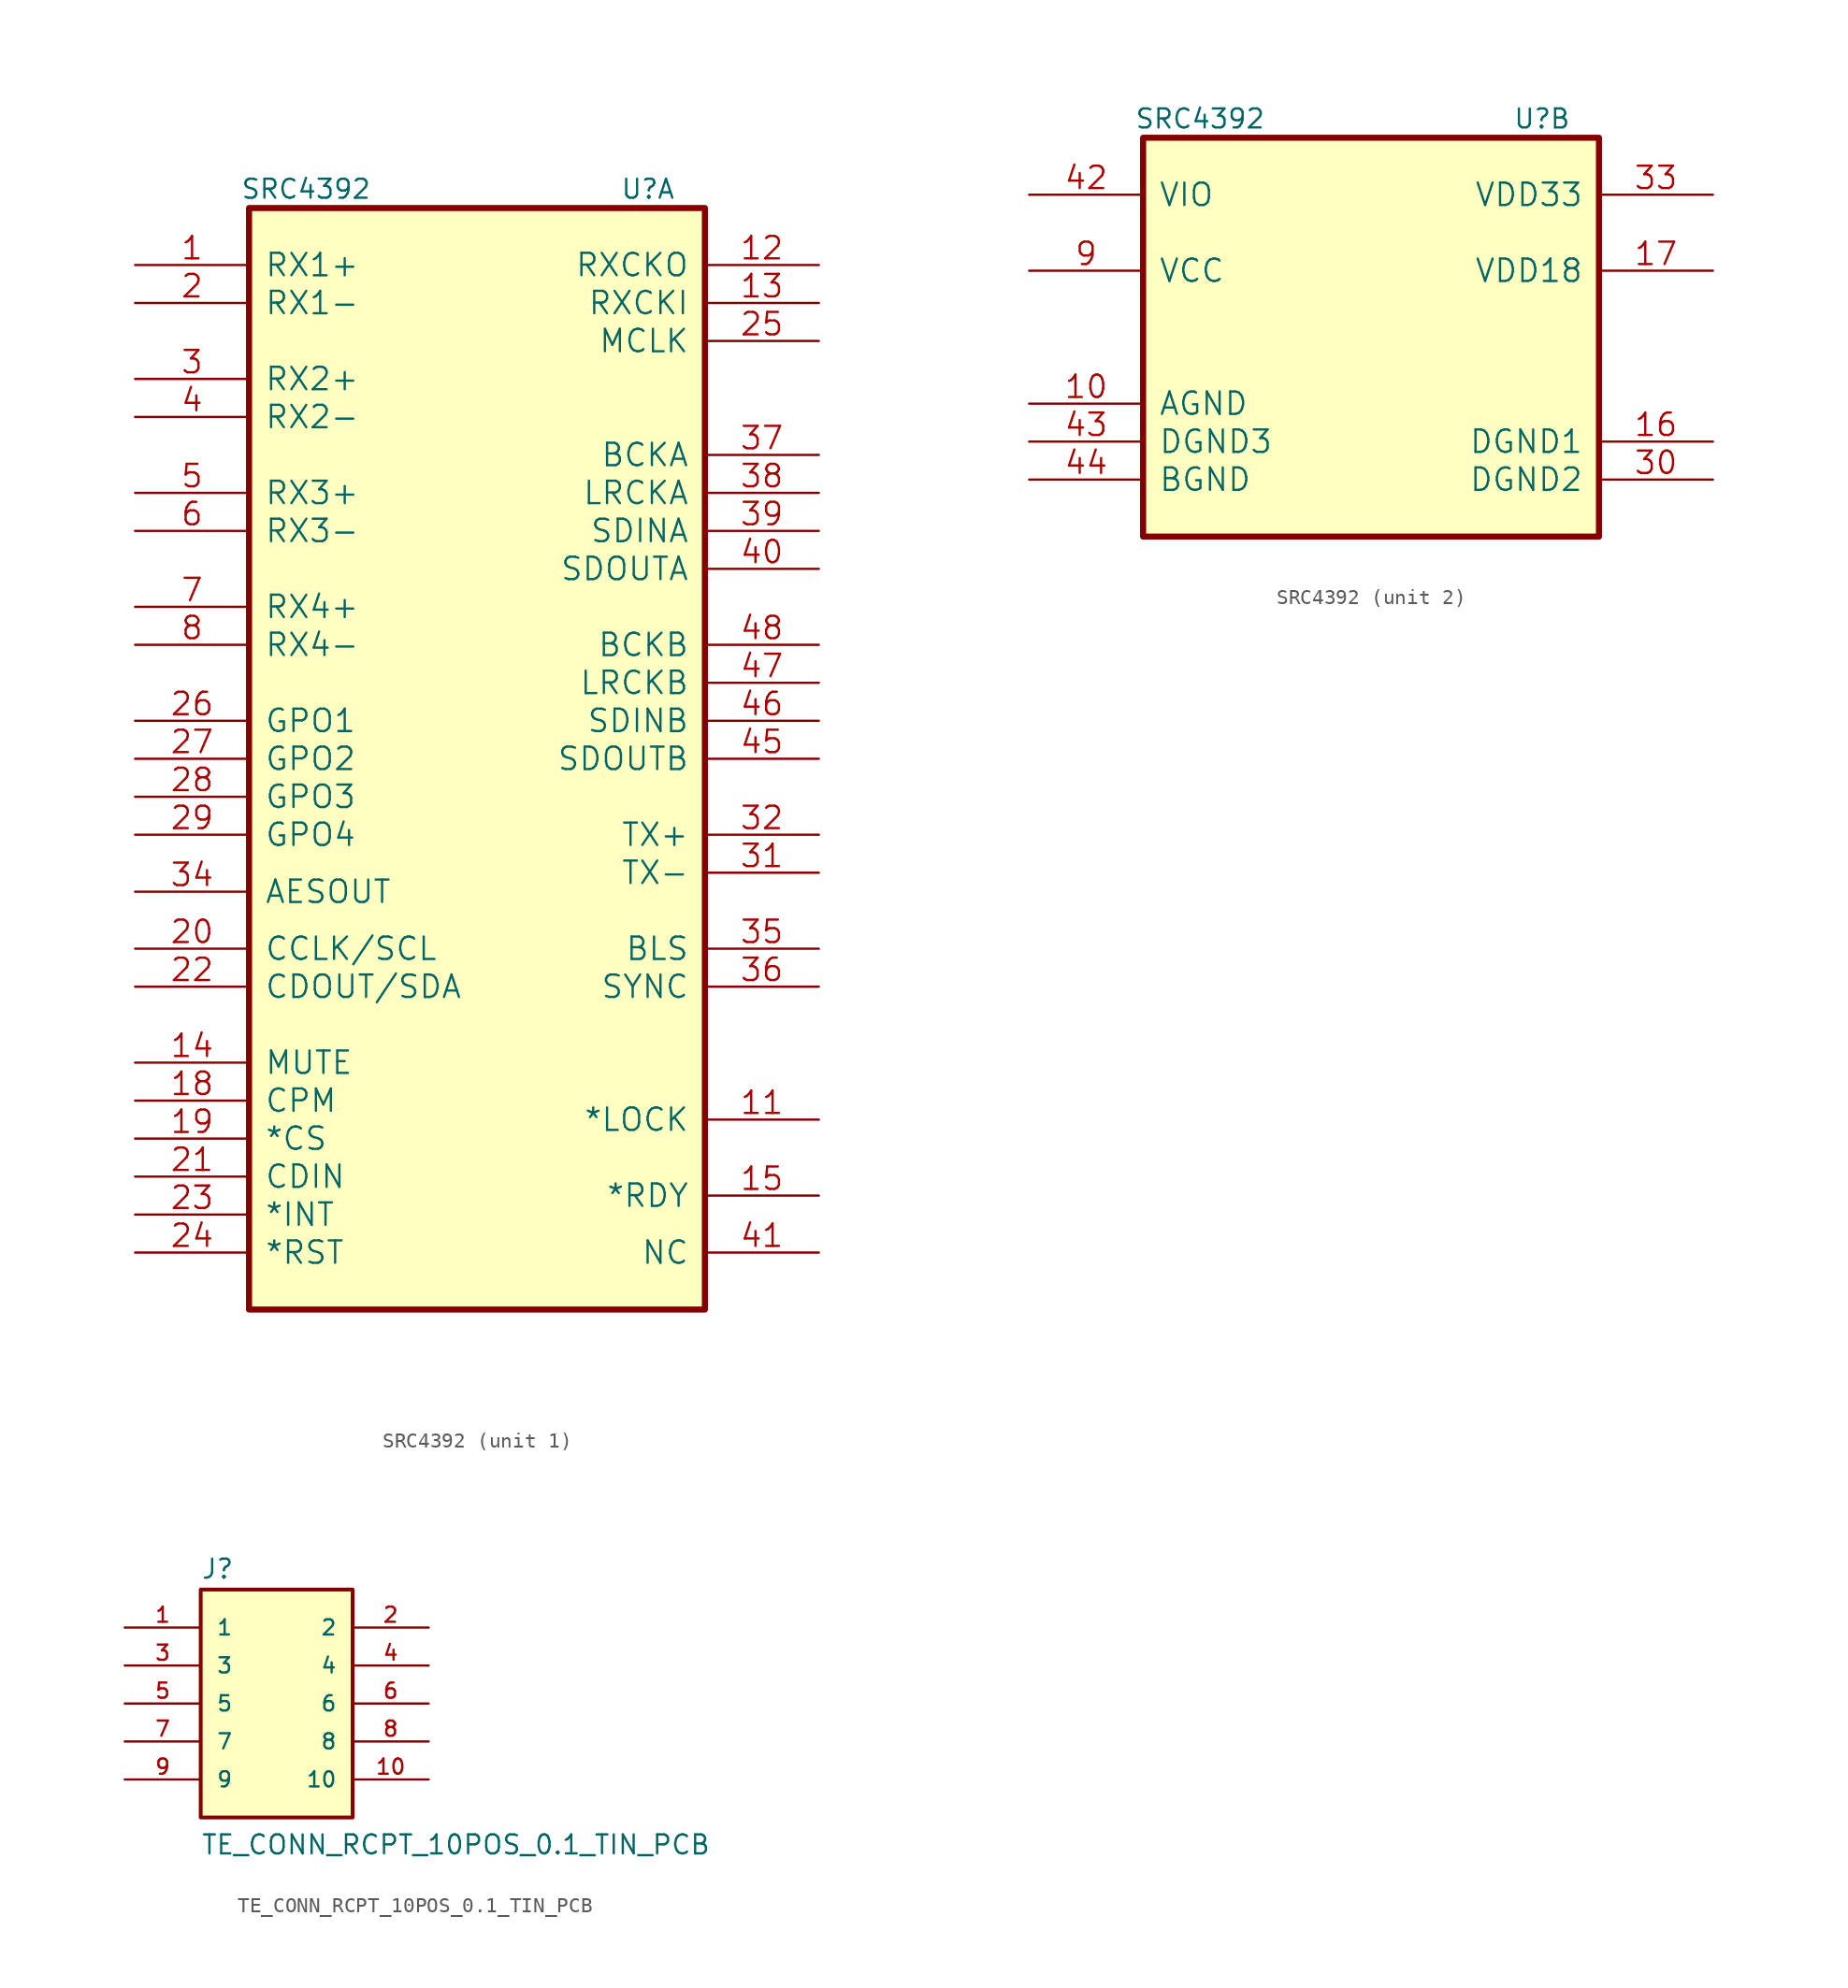
<source format=kicad_sym>
(kicad_symbol_lib
  (version 20231120)
  (generator "kicad_symbol_editor")
  (generator_version "8.0")
  (symbol "SRC4392"
    (pin_names
      (offset 1.016))
    (property "Reference" "U"
      (at 34.29 5.08 0)
      (effects (font (size 1.27 1.27))))
    (property "Value" "SRC4392"
      (at 11.43 5.08 0)
      (effects (font (size 1.27 1.27))))
    (property "ki_locked" ""
      (at 0 0 0)
      (effects (font (size 1.27 1.27))))
    (symbol "SRC4392_1_1"
      (rectangle (start 7.62 3.81) (end 38.1 -69.85) (stroke (width 0.406) (type solid)) (fill (type background)))
      (pin input line (at 0 0 0) (length 7.62) (name "RX1+" (effects (font (size 1.499 1.499)))) (number "1" (effects (font (size 1.499 1.499)))))
      (pin output line (at 45.72 -57.15 180) (length 7.62) (name "*LOCK" (effects (font (size 1.499 1.499)))) (number "11" (effects (font (size 1.499 1.499)))))
      (pin output line (at 45.72 0 180) (length 7.62) (name "RXCKO" (effects (font (size 1.499 1.499)))) (number "12" (effects (font (size 1.499 1.499)))))
      (pin input line (at 45.72 -2.54 180) (length 7.62) (name "RXCKI" (effects (font (size 1.499 1.499)))) (number "13" (effects (font (size 1.499 1.499)))))
      (pin input line (at 0 -53.34 0) (length 7.62) (name "MUTE" (effects (font (size 1.499 1.499)))) (number "14" (effects (font (size 1.499 1.499)))))
      (pin output line (at 45.72 -62.23 180) (length 7.62) (name "*RDY" (effects (font (size 1.499 1.499)))) (number "15" (effects (font (size 1.499 1.499)))))
      (pin input line (at 0 -55.88 0) (length 7.62) (name "CPM" (effects (font (size 1.499 1.499)))) (number "18" (effects (font (size 1.499 1.499)))))
      (pin input line (at 0 -58.42 0) (length 7.62) (name "*CS" (effects (font (size 1.499 1.499)))) (number "19" (effects (font (size 1.499 1.499)))))
      (pin input line (at 0 -2.54 0) (length 7.62) (name "RX1-" (effects (font (size 1.499 1.499)))) (number "2" (effects (font (size 1.499 1.499)))))
      (pin input line (at 0 -45.72 0) (length 7.62) (name "CCLK/SCL" (effects (font (size 1.499 1.499)))) (number "20" (effects (font (size 1.499 1.499)))))
      (pin input line (at 0 -60.96 0) (length 7.62) (name "CDIN" (effects (font (size 1.499 1.499)))) (number "21" (effects (font (size 1.499 1.499)))))
      (pin bidirectional line (at 0 -48.26 0) (length 7.62) (name "CDOUT/SDA" (effects (font (size 1.499 1.499)))) (number "22" (effects (font (size 1.499 1.499)))))
      (pin output line (at 0 -63.5 0) (length 7.62) (name "*INT" (effects (font (size 1.499 1.499)))) (number "23" (effects (font (size 1.499 1.499)))))
      (pin input line (at 0 -66.04 0) (length 7.62) (name "*RST" (effects (font (size 1.499 1.499)))) (number "24" (effects (font (size 1.499 1.499)))))
      (pin input line (at 45.72 -5.08 180) (length 7.62) (name "MCLK" (effects (font (size 1.499 1.499)))) (number "25" (effects (font (size 1.499 1.499)))))
      (pin output line (at 0 -30.48 0) (length 7.62) (name "GPO1" (effects (font (size 1.499 1.499)))) (number "26" (effects (font (size 1.499 1.499)))))
      (pin output line (at 0 -33.02 0) (length 7.62) (name "GPO2" (effects (font (size 1.499 1.499)))) (number "27" (effects (font (size 1.499 1.499)))))
      (pin output line (at 0 -35.56 0) (length 7.62) (name "GPO3" (effects (font (size 1.499 1.499)))) (number "28" (effects (font (size 1.499 1.499)))))
      (pin output line (at 0 -38.1 0) (length 7.62) (name "GPO4" (effects (font (size 1.499 1.499)))) (number "29" (effects (font (size 1.499 1.499)))))
      (pin input line (at 0 -7.62 0) (length 7.62) (name "RX2+" (effects (font (size 1.499 1.499)))) (number "3" (effects (font (size 1.499 1.499)))))
      (pin output line (at 45.72 -40.64 180) (length 7.62) (name "TX-" (effects (font (size 1.499 1.499)))) (number "31" (effects (font (size 1.499 1.499)))))
      (pin output line (at 45.72 -38.1 180) (length 7.62) (name "TX+" (effects (font (size 1.499 1.499)))) (number "32" (effects (font (size 1.499 1.499)))))
      (pin output line (at 0 -41.91 0) (length 7.62) (name "AESOUT" (effects (font (size 1.499 1.499)))) (number "34" (effects (font (size 1.499 1.499)))))
      (pin bidirectional line (at 45.72 -45.72 180) (length 7.62) (name "BLS" (effects (font (size 1.499 1.499)))) (number "35" (effects (font (size 1.499 1.499)))))
      (pin output line (at 45.72 -48.26 180) (length 7.62) (name "SYNC" (effects (font (size 1.499 1.499)))) (number "36" (effects (font (size 1.499 1.499)))))
      (pin bidirectional line (at 45.72 -12.7 180) (length 7.62) (name "BCKA" (effects (font (size 1.499 1.499)))) (number "37" (effects (font (size 1.499 1.499)))))
      (pin bidirectional line (at 45.72 -15.24 180) (length 7.62) (name "LRCKA" (effects (font (size 1.499 1.499)))) (number "38" (effects (font (size 1.499 1.499)))))
      (pin input line (at 45.72 -17.78 180) (length 7.62) (name "SDINA" (effects (font (size 1.499 1.499)))) (number "39" (effects (font (size 1.499 1.499)))))
      (pin input line (at 0 -10.16 0) (length 7.62) (name "RX2-" (effects (font (size 1.499 1.499)))) (number "4" (effects (font (size 1.499 1.499)))))
      (pin output line (at 45.72 -20.32 180) (length 7.62) (name "SDOUTA" (effects (font (size 1.499 1.499)))) (number "40" (effects (font (size 1.499 1.499)))))
      (pin unspecified line (at 45.72 -66.04 180) (length 7.62) (name "NC" (effects (font (size 1.499 1.499)))) (number "41" (effects (font (size 1.499 1.499)))))
      (pin output line (at 45.72 -33.02 180) (length 7.62) (name "SDOUTB" (effects (font (size 1.499 1.499)))) (number "45" (effects (font (size 1.499 1.499)))))
      (pin input line (at 45.72 -30.48 180) (length 7.62) (name "SDINB" (effects (font (size 1.499 1.499)))) (number "46" (effects (font (size 1.499 1.499)))))
      (pin bidirectional line (at 45.72 -27.94 180) (length 7.62) (name "LRCKB" (effects (font (size 1.499 1.499)))) (number "47" (effects (font (size 1.499 1.499)))))
      (pin bidirectional line (at 45.72 -25.4 180) (length 7.62) (name "BCKB" (effects (font (size 1.499 1.499)))) (number "48" (effects (font (size 1.499 1.499)))))
      (pin input line (at 0 -15.24 0) (length 7.62) (name "RX3+" (effects (font (size 1.499 1.499)))) (number "5" (effects (font (size 1.499 1.499)))))
      (pin input line (at 0 -17.78 0) (length 7.62) (name "RX3-" (effects (font (size 1.499 1.499)))) (number "6" (effects (font (size 1.499 1.499)))))
      (pin input line (at 0 -22.86 0) (length 7.62) (name "RX4+" (effects (font (size 1.499 1.499)))) (number "7" (effects (font (size 1.499 1.499)))))
      (pin input line (at 0 -25.4 0) (length 7.62) (name "RX4-" (effects (font (size 1.499 1.499)))) (number "8" (effects (font (size 1.499 1.499))))))
    (symbol "SRC4392_2_1"
      (rectangle (start 7.62 3.81) (end 38.1 -22.86) (stroke (width 0.406) (type solid)) (fill (type background)))
      (pin power_in line (at 0 -13.97 0) (length 7.62) (name "AGND" (effects (font (size 1.499 1.499)))) (number "10" (effects (font (size 1.499 1.499)))))
      (pin power_in line (at 45.72 -16.51 180) (length 7.62) (name "DGND1" (effects (font (size 1.499 1.499)))) (number "16" (effects (font (size 1.499 1.499)))))
      (pin power_in line (at 45.72 -5.08 180) (length 7.62) (name "VDD18" (effects (font (size 1.499 1.499)))) (number "17" (effects (font (size 1.499 1.499)))))
      (pin power_in line (at 45.72 -19.05 180) (length 7.62) (name "DGND2" (effects (font (size 1.499 1.499)))) (number "30" (effects (font (size 1.499 1.499)))))
      (pin power_in line (at 45.72 0 180) (length 7.62) (name "VDD33" (effects (font (size 1.499 1.499)))) (number "33" (effects (font (size 1.499 1.499)))))
      (pin power_in line (at 0 0 0) (length 7.62) (name "VIO" (effects (font (size 1.499 1.499)))) (number "42" (effects (font (size 1.499 1.499)))))
      (pin power_in line (at 0 -16.51 0) (length 7.62) (name "DGND3" (effects (font (size 1.499 1.499)))) (number "43" (effects (font (size 1.499 1.499)))))
      (pin power_in line (at 0 -19.05 0) (length 7.62) (name "BGND" (effects (font (size 1.499 1.499)))) (number "44" (effects (font (size 1.499 1.499)))))
      (pin power_in line (at 0 -5.08 0) (length 7.62) (name "VCC" (effects (font (size 1.499 1.499)))) (number "9" (effects (font (size 1.499 1.499)))))))
  (symbol "TE_CONN_RCPT_10POS_0.1_TIN_PCB"
    (pin_names
      (offset 1.016))
    (property "Reference" "J"
      (at -5.08 8.255 0)
      (effects (font (size 1.27 1.27)) (justify left bottom)))
    (property "Value" "TE_CONN_RCPT_10POS_0.1_TIN_PCB"
      (at -5.08 -10.185 0)
      (effects (font (size 1.27 1.27)) (justify left bottom)))
    (symbol "TE_CONN_RCPT_10POS_0.1_TIN_PCB_0_0"
      (rectangle (start -5.08 -7.62) (end 5.08 7.62) (stroke (width 0.254) (type solid)) (fill (type background)))
      (pin passive line (at -10.16 5.08 0) (length 5.08) (name "1" (effects (font (size 1.016 1.016)))) (number "1" (effects (font (size 1.016 1.016)))))
      (pin passive line (at 10.16 -5.08 180) (length 5.08) (name "10" (effects (font (size 1.016 1.016)))) (number "10" (effects (font (size 1.016 1.016)))))
      (pin passive line (at 10.16 5.08 180) (length 5.08) (name "2" (effects (font (size 1.016 1.016)))) (number "2" (effects (font (size 1.016 1.016)))))
      (pin passive line (at -10.16 2.54 0) (length 5.08) (name "3" (effects (font (size 1.016 1.016)))) (number "3" (effects (font (size 1.016 1.016)))))
      (pin passive line (at 10.16 2.54 180) (length 5.08) (name "4" (effects (font (size 1.016 1.016)))) (number "4" (effects (font (size 1.016 1.016)))))
      (pin passive line (at -10.16 0 0) (length 5.08) (name "5" (effects (font (size 1.016 1.016)))) (number "5" (effects (font (size 1.016 1.016)))))
      (pin passive line (at 10.16 0 180) (length 5.08) (name "6" (effects (font (size 1.016 1.016)))) (number "6" (effects (font (size 1.016 1.016)))))
      (pin passive line (at -10.16 -2.54 0) (length 5.08) (name "7" (effects (font (size 1.016 1.016)))) (number "7" (effects (font (size 1.016 1.016)))))
      (pin passive line (at 10.16 -2.54 180) (length 5.08) (name "8" (effects (font (size 1.016 1.016)))) (number "8" (effects (font (size 1.016 1.016)))))
      (pin passive line (at -10.16 -5.08 0) (length 5.08) (name "9" (effects (font (size 1.016 1.016)))) (number "9" (effects (font (size 1.016 1.016))))))))
</source>
